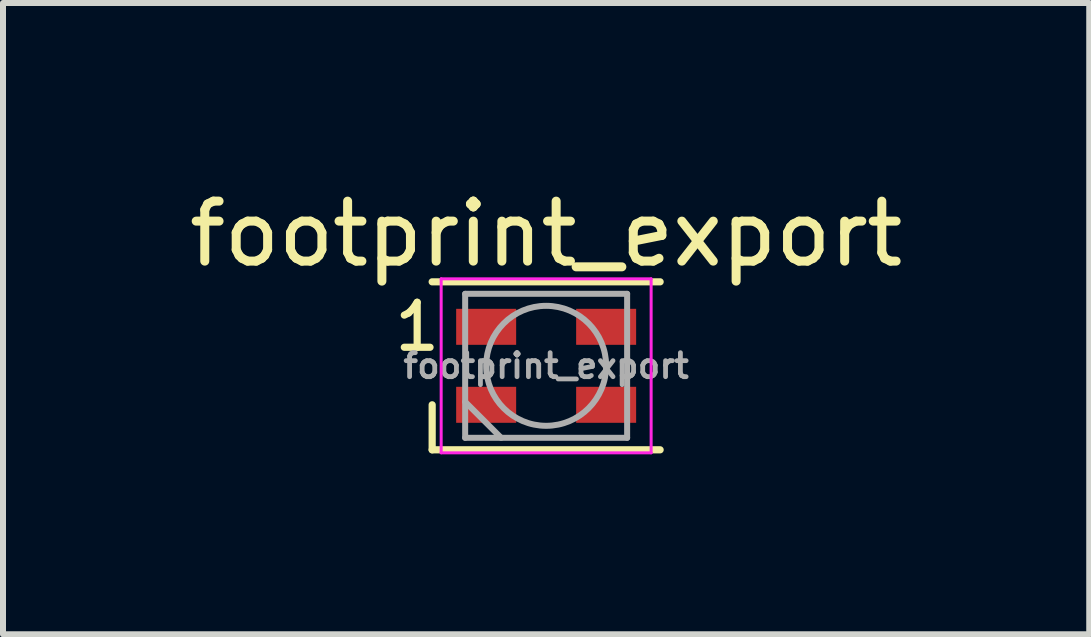
<source format=kicad_pcb>
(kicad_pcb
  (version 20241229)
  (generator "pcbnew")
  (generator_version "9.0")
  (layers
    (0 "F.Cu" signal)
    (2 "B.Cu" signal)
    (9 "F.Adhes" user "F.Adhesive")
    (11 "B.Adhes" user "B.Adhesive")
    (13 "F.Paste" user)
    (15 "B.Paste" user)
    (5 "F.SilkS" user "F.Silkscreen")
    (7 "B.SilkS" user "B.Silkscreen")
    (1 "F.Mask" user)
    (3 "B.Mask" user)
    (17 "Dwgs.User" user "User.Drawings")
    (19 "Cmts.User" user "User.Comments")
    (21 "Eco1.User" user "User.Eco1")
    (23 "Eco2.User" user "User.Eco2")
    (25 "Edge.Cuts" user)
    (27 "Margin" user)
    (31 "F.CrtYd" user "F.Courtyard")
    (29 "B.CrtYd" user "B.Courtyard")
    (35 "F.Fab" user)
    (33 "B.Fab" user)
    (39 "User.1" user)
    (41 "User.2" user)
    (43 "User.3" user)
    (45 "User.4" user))
  (footprint "footprint_export"
    (layer "F.Cu")
    (at 6.054 3.048)
    (property "Reference" "footprint_export" (at 0 -2.2 0) (layer "F.SilkS") (effects (font (size 1 1) (thickness 0.15))))
    (attr smd)
    (fp_line (start -1.9 -1.4) (end 1.9 -1.4) (stroke (width 0.12) (type solid)) (layer "F.SilkS"))
    (fp_line (start -1.9 1.4) (end -1.9 0.65) (stroke (width 0.12) (type solid)) (layer "F.SilkS"))
    (fp_line (start -1.9 1.4) (end 1.9 1.4) (stroke (width 0.12) (type solid)) (layer "F.SilkS"))
    (fp_line (start -1.75 -1.45) (end -1.75 1.45) (stroke (width 0.05) (type solid)) (layer "F.CrtYd"))
    (fp_line (start -1.75 1.45) (end 1.75 1.45) (stroke (width 0.05) (type solid)) (layer "F.CrtYd"))
    (fp_line (start 1.75 -1.45) (end -1.75 -1.45) (stroke (width 0.05) (type solid)) (layer "F.CrtYd"))
    (fp_line (start 1.75 1.45) (end 1.75 -1.45) (stroke (width 0.05) (type solid)) (layer "F.CrtYd"))
    (fp_line (start -1.35 -1.2) (end -1.35 1.2) (stroke (width 0.1) (type solid)) (layer "F.Fab"))
    (fp_line (start -1.35 0.6) (end -0.75 1.2) (stroke (width 0.1) (type solid)) (layer "F.Fab"))
    (fp_line (start -1.35 1.2) (end 1.35 1.2) (stroke (width 0.1) (type solid)) (layer "F.Fab"))
    (fp_line (start 1.35 -1.2) (end -1.35 -1.2) (stroke (width 0.1) (type solid)) (layer "F.Fab"))
    (fp_line (start 1.35 1.2) (end 1.35 -1.2) (stroke (width 0.1) (type solid)) (layer "F.Fab"))
    (fp_circle (center 0 0) (end 0 -1) (stroke (width 0.1) (type solid)) (fill no) (layer "F.Fab"))
    (fp_text user "1" (at -2.15 -0.65 0) (layer "F.SilkS") (effects (font (size 0.75 0.75) (thickness 0.12))))
    (fp_text user "${REFERENCE}" (at 0 0 0) (layer "F.Fab") (effects (font (size 0.4 0.4) (thickness 0.08))))
    (pad "1" smd rect (at -1 -0.65) (size 1 0.6) (layers "F.Cu" "F.Mask" "F.Paste"))
    (pad "2" smd rect (at -1 0.65) (size 1 0.6) (layers "F.Cu" "F.Mask" "F.Paste"))
    (pad "3" smd rect (at 1 0.65) (size 1 0.6) (layers "F.Cu" "F.Mask" "F.Paste"))
    (pad "4" smd rect (at 1 -0.65) (size 1 0.6) (layers "F.Cu" "F.Mask" "F.Paste")))
  (gr_rect
    (start -3 -3)
    (end 15.107 7.523)
    (stroke (width 0.1) (type default))
    (fill no)
    (layer "Edge.Cuts")))
</source>
